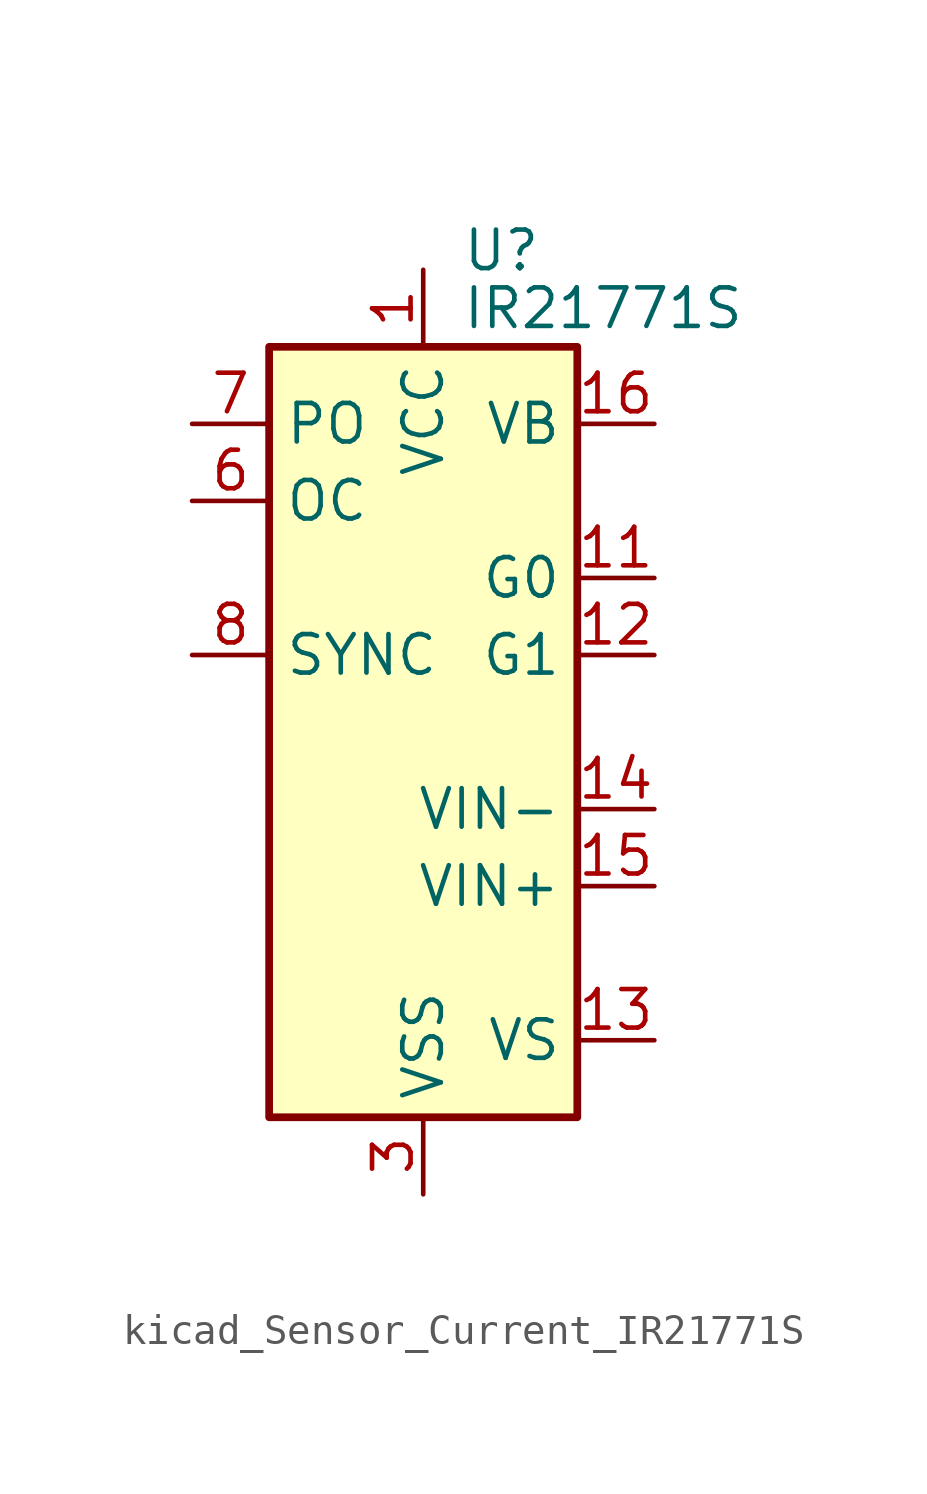
<source format=kicad_sym>
(kicad_symbol_lib
  (version 20220914)
  (generator kicad_symbol_editor)
  (symbol "kicad_Sensor_Current_IR21771S"
    (property "Reference" "U"
      (at 1.27 15.875 0)
      (effects (font (size 1.27 1.27)) (justify left)))
    (property "Value" "IR21771S"
      (at 1.27 13.97 0)
      (effects (font (size 1.27 1.27)) (justify left)))
    (symbol "kicad_Sensor_Current_IR21771S_0_1"
      (rectangle (start -5.08 -12.7) (end 5.08 12.7) (stroke (width 0.254) (type default)) (fill (type background))))
    (symbol "kicad_Sensor_Current_IR21771S_1_1"
      (pin power_in line (at 0 15.24 270) (length 2.54) (name "VCC" (effects (font (size 1.27 1.27)))) (number "1" (effects (font (size 1.27 1.27)))))
      (pin no_connect line (at -5.08 0 0) (length 2.54) hide (name "NC" (effects (font (size 1.27 1.27)))) (number "10" (effects (font (size 1.27 1.27)))))
      (pin input line (at 7.62 5.08 180) (length 2.54) (name "G0" (effects (font (size 1.27 1.27)))) (number "11" (effects (font (size 1.27 1.27)))))
      (pin input line (at 7.62 2.54 180) (length 2.54) (name "G1" (effects (font (size 1.27 1.27)))) (number "12" (effects (font (size 1.27 1.27)))))
      (pin passive line (at 7.62 -10.16 180) (length 2.54) (name "VS" (effects (font (size 1.27 1.27)))) (number "13" (effects (font (size 1.27 1.27)))))
      (pin passive line (at 7.62 -2.54 180) (length 2.54) (name "VIN-" (effects (font (size 1.27 1.27)))) (number "14" (effects (font (size 1.27 1.27)))))
      (pin passive line (at 7.62 -5.08 180) (length 2.54) (name "VIN+" (effects (font (size 1.27 1.27)))) (number "15" (effects (font (size 1.27 1.27)))))
      (pin passive line (at 7.62 10.16 180) (length 2.54) (name "VB" (effects (font (size 1.27 1.27)))) (number "16" (effects (font (size 1.27 1.27)))))
      (pin no_connect line (at -5.08 -5.08 0) (length 2.54) hide (name "NC" (effects (font (size 1.27 1.27)))) (number "2" (effects (font (size 1.27 1.27)))))
      (pin power_in line (at 0 -15.24 90) (length 2.54) (name "VSS" (effects (font (size 1.27 1.27)))) (number "3" (effects (font (size 1.27 1.27)))))
      (pin no_connect line (at -5.08 -7.62 0) (length 2.54) hide (name "NC" (effects (font (size 1.27 1.27)))) (number "4" (effects (font (size 1.27 1.27)))))
      (pin no_connect line (at -5.08 -2.54 0) (length 2.54) hide (name "NC" (effects (font (size 1.27 1.27)))) (number "5" (effects (font (size 1.27 1.27)))))
      (pin open_collector line (at -7.62 7.62 0) (length 2.54) (name "OC" (effects (font (size 1.27 1.27)))) (number "6" (effects (font (size 1.27 1.27)))))
      (pin open_collector line (at -7.62 10.16 0) (length 2.54) (name "PO" (effects (font (size 1.27 1.27)))) (number "7" (effects (font (size 1.27 1.27)))))
      (pin input line (at -7.62 2.54 0) (length 2.54) (name "SYNC" (effects (font (size 1.27 1.27)))) (number "8" (effects (font (size 1.27 1.27)))))
      (pin no_connect line (at -5.08 5.08 0) (length 2.54) hide (name "NC" (effects (font (size 1.27 1.27)))) (number "9" (effects (font (size 1.27 1.27))))))))
</source>
